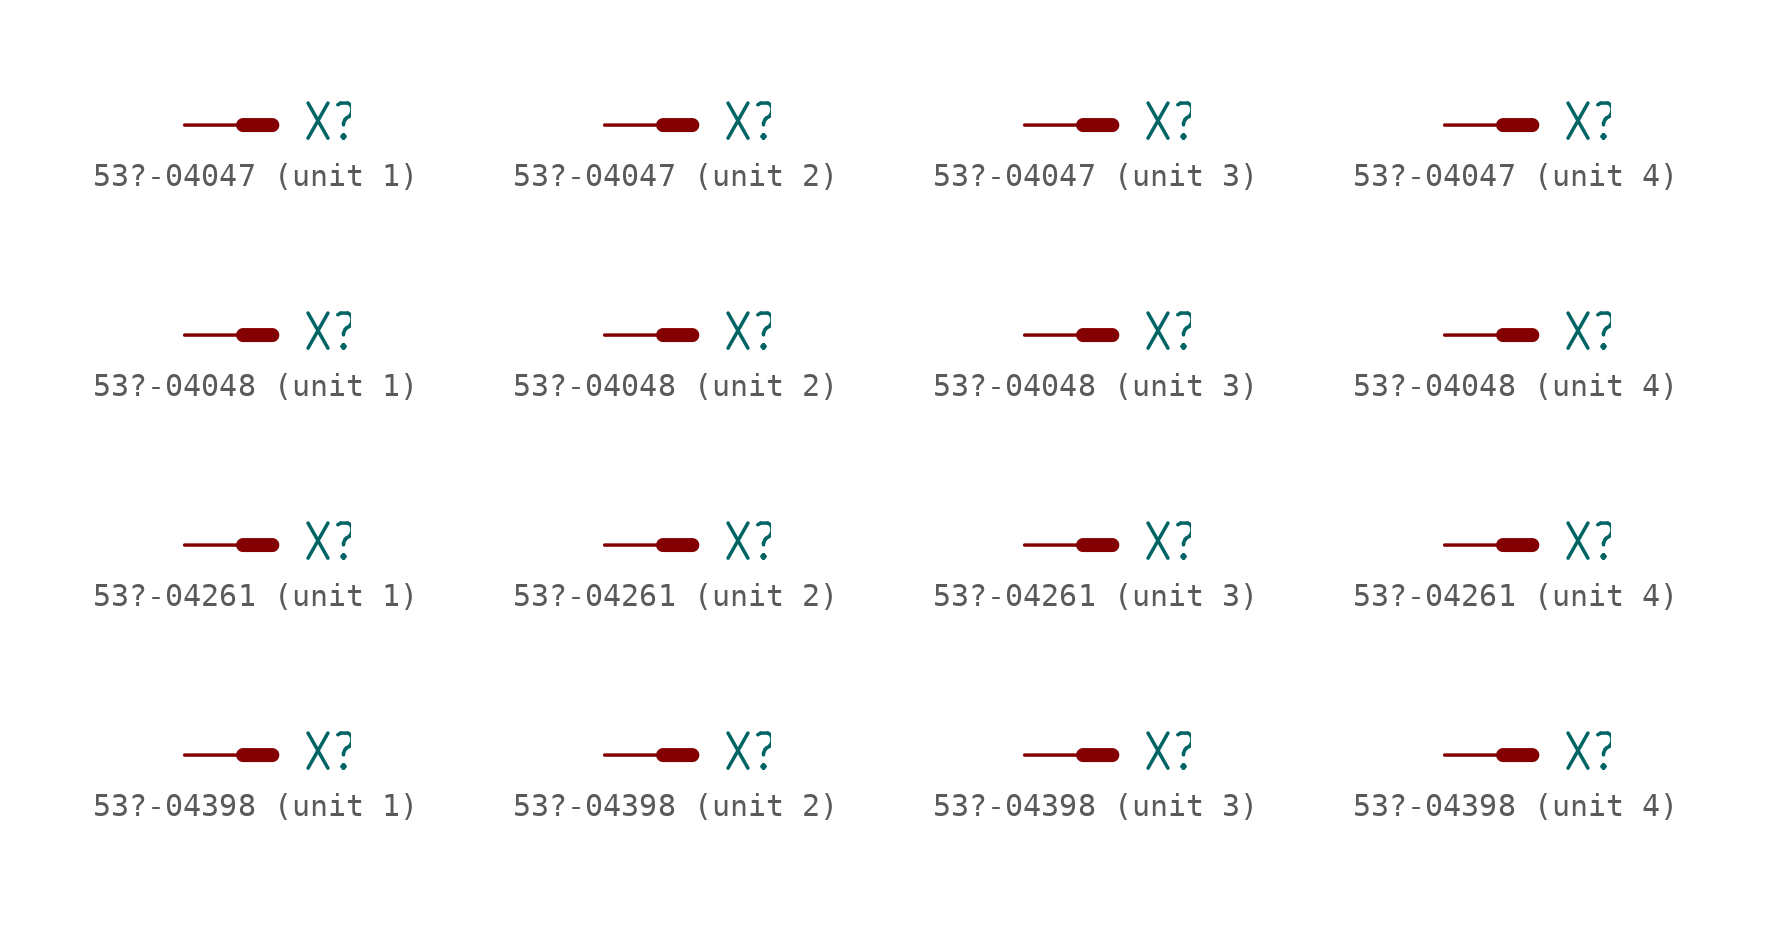
<source format=kicad_sym>
(kicad_symbol_lib
  (version 20220914)
  (generator kicad_symbol_editor)
  (symbol "53?-04047"
    (property "Reference" "X"
      (at 2.54 -0.762 0)
      (effects (font (size 1.524 1.295)) (justify left bottom)))
    (property "ki_locked" ""
      (at 0 0 0)
      (effects (font (size 1.27 1.27))))
    (symbol "53?-04047_1_0"
      (polyline (pts (xy 1.27 0) (xy 0 0)) (stroke (width 0.61) (type solid)) (fill (type none)))
      (pin passive line (at -2.54 0 0) (length 2.54) (name "S" (effects (font (size 0 0)))) (number "1" (effects (font (size 0 0))))))
    (symbol "53?-04047_2_0"
      (polyline (pts (xy 1.27 0) (xy 0 0)) (stroke (width 0.61) (type solid)) (fill (type none)))
      (pin passive line (at -2.54 0 0) (length 2.54) (name "S" (effects (font (size 0 0)))) (number "2" (effects (font (size 0 0))))))
    (symbol "53?-04047_3_0"
      (polyline (pts (xy 1.27 0) (xy 0 0)) (stroke (width 0.61) (type solid)) (fill (type none)))
      (pin passive line (at -2.54 0 0) (length 2.54) (name "S" (effects (font (size 0 0)))) (number "3" (effects (font (size 0 0))))))
    (symbol "53?-04047_4_0"
      (polyline (pts (xy 1.27 0) (xy 0 0)) (stroke (width 0.61) (type solid)) (fill (type none)))
      (pin passive line (at -2.54 0 0) (length 2.54) (name "S" (effects (font (size 0 0)))) (number "4" (effects (font (size 0 0)))))))
  (symbol "53?-04048"
    (property "Reference" "X"
      (at 2.54 -0.762 0)
      (effects (font (size 1.524 1.295)) (justify left bottom)))
    (property "ki_locked" ""
      (at 0 0 0)
      (effects (font (size 1.27 1.27))))
    (symbol "53?-04048_1_0"
      (polyline (pts (xy 1.27 0) (xy 0 0)) (stroke (width 0.61) (type solid)) (fill (type none)))
      (pin passive line (at -2.54 0 0) (length 2.54) (name "S" (effects (font (size 0 0)))) (number "1" (effects (font (size 0 0))))))
    (symbol "53?-04048_2_0"
      (polyline (pts (xy 1.27 0) (xy 0 0)) (stroke (width 0.61) (type solid)) (fill (type none)))
      (pin passive line (at -2.54 0 0) (length 2.54) (name "S" (effects (font (size 0 0)))) (number "2" (effects (font (size 0 0))))))
    (symbol "53?-04048_3_0"
      (polyline (pts (xy 1.27 0) (xy 0 0)) (stroke (width 0.61) (type solid)) (fill (type none)))
      (pin passive line (at -2.54 0 0) (length 2.54) (name "S" (effects (font (size 0 0)))) (number "3" (effects (font (size 0 0))))))
    (symbol "53?-04048_4_0"
      (polyline (pts (xy 1.27 0) (xy 0 0)) (stroke (width 0.61) (type solid)) (fill (type none)))
      (pin passive line (at -2.54 0 0) (length 2.54) (name "S" (effects (font (size 0 0)))) (number "4" (effects (font (size 0 0)))))))
  (symbol "53?-04261"
    (property "Reference" "X"
      (at 2.54 -0.762 0)
      (effects (font (size 1.524 1.295)) (justify left bottom)))
    (property "ki_locked" ""
      (at 0 0 0)
      (effects (font (size 1.27 1.27))))
    (symbol "53?-04261_1_0"
      (polyline (pts (xy 1.27 0) (xy 0 0)) (stroke (width 0.61) (type solid)) (fill (type none)))
      (pin passive line (at -2.54 0 0) (length 2.54) (name "S" (effects (font (size 0 0)))) (number "1" (effects (font (size 0 0))))))
    (symbol "53?-04261_2_0"
      (polyline (pts (xy 1.27 0) (xy 0 0)) (stroke (width 0.61) (type solid)) (fill (type none)))
      (pin passive line (at -2.54 0 0) (length 2.54) (name "S" (effects (font (size 0 0)))) (number "2" (effects (font (size 0 0))))))
    (symbol "53?-04261_3_0"
      (polyline (pts (xy 1.27 0) (xy 0 0)) (stroke (width 0.61) (type solid)) (fill (type none)))
      (pin passive line (at -2.54 0 0) (length 2.54) (name "S" (effects (font (size 0 0)))) (number "3" (effects (font (size 0 0))))))
    (symbol "53?-04261_4_0"
      (polyline (pts (xy 1.27 0) (xy 0 0)) (stroke (width 0.61) (type solid)) (fill (type none)))
      (pin passive line (at -2.54 0 0) (length 2.54) (name "S" (effects (font (size 0 0)))) (number "4" (effects (font (size 0 0)))))))
  (symbol "53?-04398"
    (property "Reference" "X"
      (at 2.54 -0.762 0)
      (effects (font (size 1.524 1.295)) (justify left bottom)))
    (property "ki_locked" ""
      (at 0 0 0)
      (effects (font (size 1.27 1.27))))
    (symbol "53?-04398_1_0"
      (polyline (pts (xy 1.27 0) (xy 0 0)) (stroke (width 0.61) (type solid)) (fill (type none)))
      (pin passive line (at -2.54 0 0) (length 2.54) (name "S" (effects (font (size 0 0)))) (number "1" (effects (font (size 0 0))))))
    (symbol "53?-04398_2_0"
      (polyline (pts (xy 1.27 0) (xy 0 0)) (stroke (width 0.61) (type solid)) (fill (type none)))
      (pin passive line (at -2.54 0 0) (length 2.54) (name "S" (effects (font (size 0 0)))) (number "2" (effects (font (size 0 0))))))
    (symbol "53?-04398_3_0"
      (polyline (pts (xy 1.27 0) (xy 0 0)) (stroke (width 0.61) (type solid)) (fill (type none)))
      (pin passive line (at -2.54 0 0) (length 2.54) (name "S" (effects (font (size 0 0)))) (number "3" (effects (font (size 0 0))))))
    (symbol "53?-04398_4_0"
      (polyline (pts (xy 1.27 0) (xy 0 0)) (stroke (width 0.61) (type solid)) (fill (type none)))
      (pin passive line (at -2.54 0 0) (length 2.54) (name "S" (effects (font (size 0 0)))) (number "4" (effects (font (size 0 0))))))))
</source>
